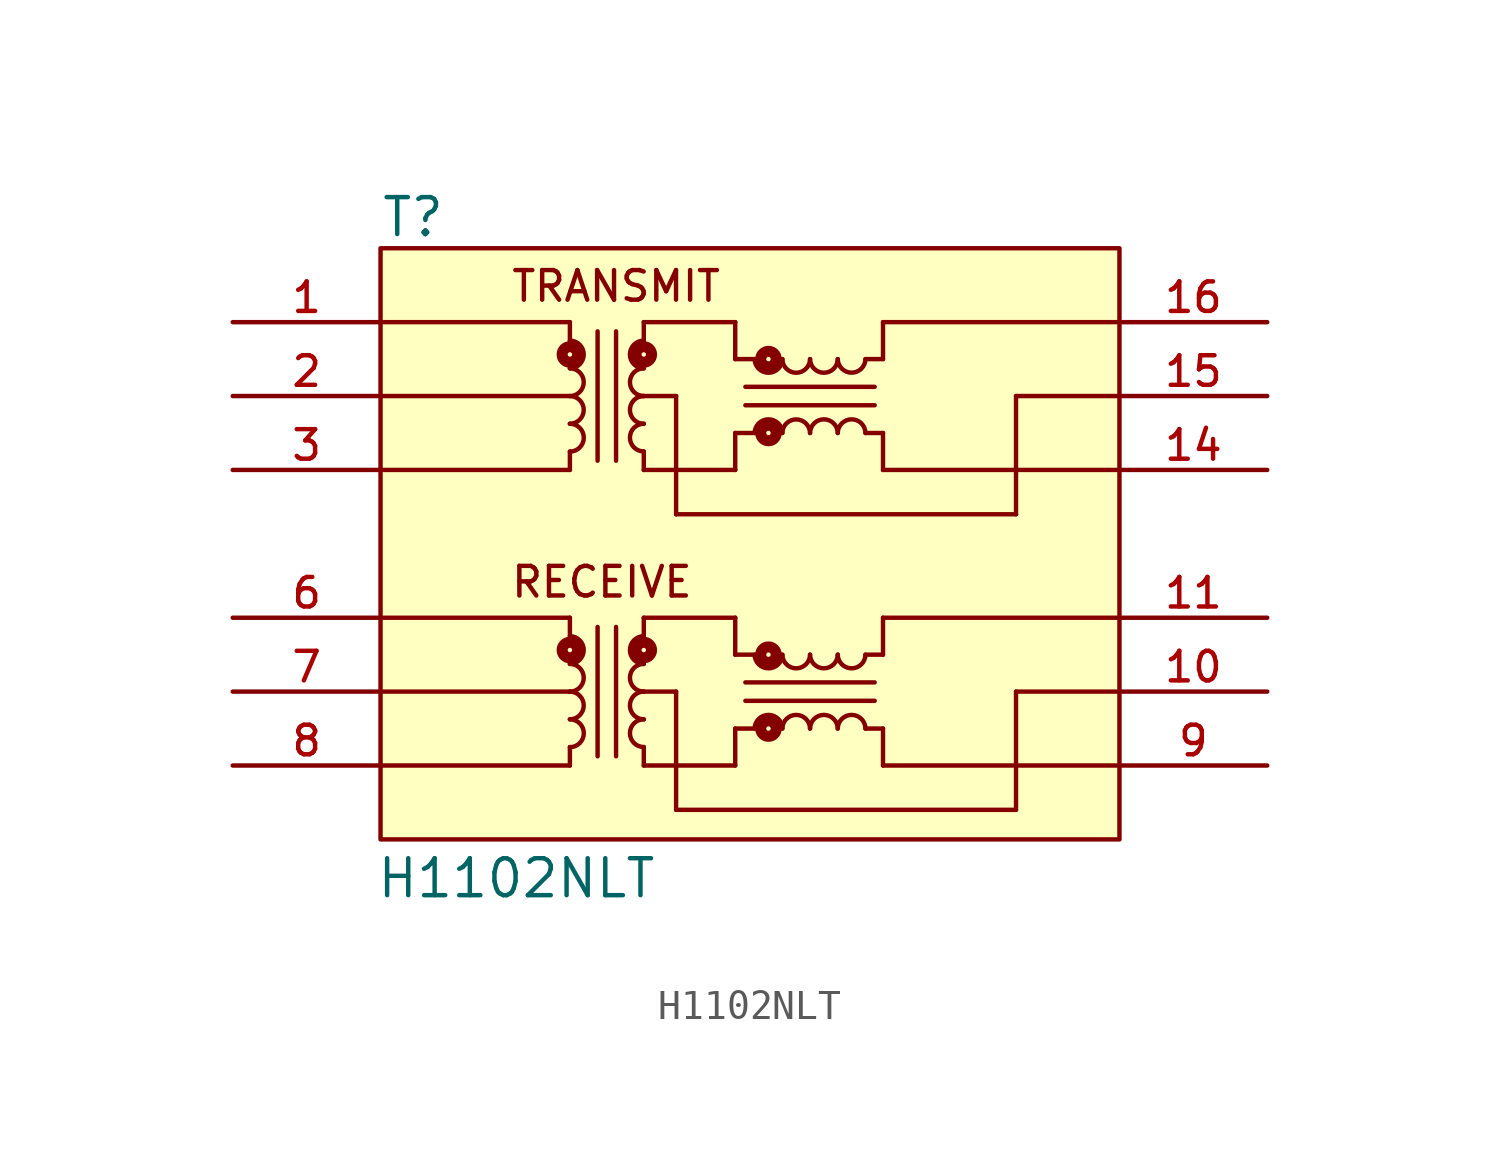
<source format=kicad_sym>
(kicad_symbol_lib
  (version 20211014)
  (generator kicad_symbol_editor)
  (symbol "H1102NLT"
    (pin_names
      (offset 1.016))
    (property "Reference" "T"
      (at -12.71 10.485 0)
      (effects (font (size 1.27 1.27)) (justify bottom left)))
    (property "Value" "H1102NLT"
      (at -12.876 -12.24 0)
      (effects (font (size 1.27 1.27)) (justify bottom left)))
    (symbol "H1102NLT_0_0"
      (polyline (pts (xy -12.636 7.62) (xy -6.191 7.62)) (stroke (width 0.152)))
      (polyline (pts (xy -6.191 7.62) (xy -6.191 6.985)) (stroke (width 0.152)))
      (polyline (pts (xy -12.636 2.54) (xy -6.191 2.54)) (stroke (width 0.152)))
      (polyline (pts (xy -6.191 2.54) (xy -6.191 3.175)) (stroke (width 0.152)))
      (arc (start -6.19125 6.0325) (mid -5.715 6.5088) (end -6.19125 6.985) (stroke (width 0.1524) (type default) (color 0 0 0 0)) (fill (type none)))
      (arc (start -6.19125 5.08) (mid -5.715 5.5563) (end -6.19125 6.0325) (stroke (width 0.1524) (type default) (color 0 0 0 0)) (fill (type none)))
      (arc (start -6.19125 4.1275) (mid -5.715 4.6037) (end -6.19125 5.08) (stroke (width 0.1524) (type default) (color 0 0 0 0)) (fill (type none)))
      (arc (start -6.19125 3.175) (mid -5.715 3.6513) (end -6.19125 4.1275) (stroke (width 0.1524) (type default) (color 0 0 0 0)) (fill (type none)))
      (polyline (pts (xy -0.508 7.62) (xy -3.651 7.62)) (stroke (width 0.152)))
      (polyline (pts (xy -3.651 7.62) (xy -3.651 6.985)) (stroke (width 0.152)))
      (polyline (pts (xy -0.508 2.54) (xy -3.651 2.54)) (stroke (width 0.152)))
      (polyline (pts (xy -3.651 2.54) (xy -3.651 3.175)) (stroke (width 0.152)))
      (arc (start -3.65125 6.0325) (mid -4.1275 6.5088) (end -3.65125 6.985) (stroke (width 0.1524) (type default) (color 0 0 0 0)) (fill (type none)))
      (arc (start -3.65125 5.08) (mid -4.1275 5.5563) (end -3.65125 6.0325) (stroke (width 0.1524) (type default) (color 0 0 0 0)) (fill (type none)))
      (arc (start -3.65125 4.1275) (mid -4.1275 4.6037) (end -3.65125 5.08) (stroke (width 0.1524) (type default) (color 0 0 0 0)) (fill (type none)))
      (arc (start -3.65125 3.175) (mid -4.1275 3.6513) (end -3.65125 4.1275) (stroke (width 0.1524) (type default) (color 0 0 0 0)) (fill (type none)))
      (polyline (pts (xy -5.239 7.303) (xy -5.239 2.857)) (stroke (width 0.152)))
      (polyline (pts (xy -4.604 7.303) (xy -4.604 2.857)) (stroke (width 0.152)))
      (circle (center -6.191 6.509) (radius 0.076) (stroke (width 0.381)) (fill (type none)))
      (circle (center -3.651 6.509) (radius 0.076) (stroke (width 0.381)) (fill (type none)))
      (arc (start 1.11125 3.81) (mid 0.635 4.2862) (end 0.15875 3.81) (stroke (width 0.1524) (type default) (color 0 0 0 0)) (fill (type none)))
      (arc (start 2.06375 3.81) (mid 1.5875 4.2862) (end 1.11125 3.81) (stroke (width 0.1524) (type default) (color 0 0 0 0)) (fill (type none)))
      (arc (start 3.01625 3.81) (mid 2.54 4.2862) (end 2.06375 3.81) (stroke (width 0.1524) (type default) (color 0 0 0 0)) (fill (type none)))
      (arc (start 3.96875 3.81) (mid 3.4925 4.2862) (end 3.01625 3.81) (stroke (width 0.1524) (type default) (color 0 0 0 0)) (fill (type none)))
      (arc (start 1.11125 6.35) (mid 0.635 5.8737) (end 0.15875 6.35) (stroke (width 0.1524) (type default) (color 0 0 0 0)) (fill (type none)))
      (arc (start 2.06375 6.35) (mid 1.5875 5.8737) (end 1.11125 6.35) (stroke (width 0.1524) (type default) (color 0 0 0 0)) (fill (type none)))
      (arc (start 3.01625 6.35) (mid 2.54 5.8737) (end 2.06375 6.35) (stroke (width 0.1524) (type default) (color 0 0 0 0)) (fill (type none)))
      (arc (start 3.96875 6.35) (mid 3.4925 5.8737) (end 3.01625 6.35) (stroke (width 0.1524) (type default) (color 0 0 0 0)) (fill (type none)))
      (polyline (pts (xy -0.159 4.763) (xy 4.286 4.763)) (stroke (width 0.152)))
      (polyline (pts (xy -0.159 5.397) (xy 4.286 5.397)) (stroke (width 0.152)))
      (circle (center 0.635 3.81) (radius 0.076) (stroke (width 0.381)) (fill (type none)))
      (circle (center 0.635 6.35) (radius 0.076) (stroke (width 0.381)) (fill (type none)))
      (polyline (pts (xy 0.159 6.35) (xy -0.508 6.35)) (stroke (width 0.152)))
      (polyline (pts (xy -0.508 6.35) (xy -0.508 7.62)) (stroke (width 0.152)))
      (polyline (pts (xy -0.508 3.81) (xy -0.508 2.54)) (stroke (width 0.152)))
      (polyline (pts (xy -0.508 3.81) (xy 0.159 3.81)) (stroke (width 0.152)))
      (polyline (pts (xy 4.572 6.35) (xy 3.969 6.35)) (stroke (width 0.152)))
      (polyline (pts (xy 4.572 3.81) (xy 3.969 3.81)) (stroke (width 0.152)))
      (polyline (pts (xy 4.572 6.35) (xy 4.572 7.62)) (stroke (width 0.152)))
      (polyline (pts (xy 12.7 7.62) (xy 4.572 7.62)) (stroke (width 0.152)))
      (polyline (pts (xy 4.572 2.54) (xy 4.572 3.81)) (stroke (width 0.152)))
      (polyline (pts (xy 12.7 2.54) (xy 4.572 2.54)) (stroke (width 0.152)))
      (polyline (pts (xy -12.636 5.08) (xy -6.191 5.08)) (stroke (width 0.152)))
      (polyline (pts (xy -12.636 -2.54) (xy -6.191 -2.54)) (stroke (width 0.152)))
      (polyline (pts (xy -6.191 -2.54) (xy -6.191 -3.175)) (stroke (width 0.152)))
      (polyline (pts (xy -12.636 -7.62) (xy -6.191 -7.62)) (stroke (width 0.152)))
      (polyline (pts (xy -6.191 -7.62) (xy -6.191 -6.985)) (stroke (width 0.152)))
      (arc (start -6.19125 -4.1275) (mid -5.715 -3.6513) (end -6.19125 -3.175) (stroke (width 0.1524) (type default) (color 0 0 0 0)) (fill (type none)))
      (arc (start -6.19125 -5.08) (mid -5.715 -4.6037) (end -6.19125 -4.1275) (stroke (width 0.1524) (type default) (color 0 0 0 0)) (fill (type none)))
      (arc (start -6.19125 -6.0325) (mid -5.715 -5.5563) (end -6.19125 -5.08) (stroke (width 0.1524) (type default) (color 0 0 0 0)) (fill (type none)))
      (arc (start -6.19125 -6.985) (mid -5.715 -6.5088) (end -6.19125 -6.0325) (stroke (width 0.1524) (type default) (color 0 0 0 0)) (fill (type none)))
      (polyline (pts (xy -0.508 -2.54) (xy -3.651 -2.54)) (stroke (width 0.152)))
      (polyline (pts (xy -3.651 -2.54) (xy -3.651 -3.175)) (stroke (width 0.152)))
      (polyline (pts (xy -0.508 -7.62) (xy -3.651 -7.62)) (stroke (width 0.152)))
      (polyline (pts (xy -3.651 -7.62) (xy -3.651 -6.985)) (stroke (width 0.152)))
      (arc (start -3.65125 -4.1275) (mid -4.1275 -3.6513) (end -3.65125 -3.175) (stroke (width 0.1524) (type default) (color 0 0 0 0)) (fill (type none)))
      (arc (start -3.65125 -5.08) (mid -4.1275 -4.6037) (end -3.65125 -4.1275) (stroke (width 0.1524) (type default) (color 0 0 0 0)) (fill (type none)))
      (arc (start -3.65125 -6.0325) (mid -4.1275 -5.5563) (end -3.65125 -5.08) (stroke (width 0.1524) (type default) (color 0 0 0 0)) (fill (type none)))
      (arc (start -3.65125 -6.985) (mid -4.1275 -6.5088) (end -3.65125 -6.0325) (stroke (width 0.1524) (type default) (color 0 0 0 0)) (fill (type none)))
      (polyline (pts (xy -5.239 -2.857) (xy -5.239 -7.303)) (stroke (width 0.152)))
      (polyline (pts (xy -4.604 -2.857) (xy -4.604 -7.303)) (stroke (width 0.152)))
      (circle (center -6.191 -3.651) (radius 0.076) (stroke (width 0.381)) (fill (type none)))
      (circle (center -3.651 -3.651) (radius 0.076) (stroke (width 0.381)) (fill (type none)))
      (arc (start 1.11125 -6.35) (mid 0.635 -5.8737) (end 0.15875 -6.35) (stroke (width 0.1524) (type default) (color 0 0 0 0)) (fill (type none)))
      (arc (start 2.06375 -6.35) (mid 1.5875 -5.8737) (end 1.11125 -6.35) (stroke (width 0.1524) (type default) (color 0 0 0 0)) (fill (type none)))
      (arc (start 3.01625 -6.35) (mid 2.54 -5.8737) (end 2.06375 -6.35) (stroke (width 0.1524) (type default) (color 0 0 0 0)) (fill (type none)))
      (arc (start 3.96875 -6.35) (mid 3.4925 -5.8737) (end 3.01625 -6.35) (stroke (width 0.1524) (type default) (color 0 0 0 0)) (fill (type none)))
      (arc (start 1.11125 -3.81) (mid 0.635 -4.2862) (end 0.15875 -3.81) (stroke (width 0.1524) (type default) (color 0 0 0 0)) (fill (type none)))
      (arc (start 2.06375 -3.81) (mid 1.5875 -4.2862) (end 1.11125 -3.81) (stroke (width 0.1524) (type default) (color 0 0 0 0)) (fill (type none)))
      (arc (start 3.01625 -3.81) (mid 2.54 -4.2862) (end 2.06375 -3.81) (stroke (width 0.1524) (type default) (color 0 0 0 0)) (fill (type none)))
      (arc (start 3.96875 -3.81) (mid 3.4925 -4.2862) (end 3.01625 -3.81) (stroke (width 0.1524) (type default) (color 0 0 0 0)) (fill (type none)))
      (polyline (pts (xy -0.159 -5.397) (xy 4.286 -5.397)) (stroke (width 0.152)))
      (polyline (pts (xy -0.159 -4.763) (xy 4.286 -4.763)) (stroke (width 0.152)))
      (circle (center 0.635 -6.35) (radius 0.076) (stroke (width 0.381)) (fill (type none)))
      (circle (center 0.635 -3.81) (radius 0.076) (stroke (width 0.381)) (fill (type none)))
      (polyline (pts (xy 0.159 -3.81) (xy -0.508 -3.81)) (stroke (width 0.152)))
      (polyline (pts (xy -0.508 -3.81) (xy -0.508 -2.54)) (stroke (width 0.152)))
      (polyline (pts (xy -0.508 -6.35) (xy -0.508 -7.62)) (stroke (width 0.152)))
      (polyline (pts (xy -0.508 -6.35) (xy 0.159 -6.35)) (stroke (width 0.152)))
      (polyline (pts (xy 4.572 -3.81) (xy 3.969 -3.81)) (stroke (width 0.152)))
      (polyline (pts (xy 4.572 -6.35) (xy 3.969 -6.35)) (stroke (width 0.152)))
      (polyline (pts (xy 4.572 -3.81) (xy 4.572 -2.54)) (stroke (width 0.152)))
      (polyline (pts (xy 12.7 -2.54) (xy 4.572 -2.54)) (stroke (width 0.152)))
      (polyline (pts (xy 4.572 -7.62) (xy 4.572 -6.35)) (stroke (width 0.152)))
      (polyline (pts (xy 12.7 -7.62) (xy 4.572 -7.62)) (stroke (width 0.152)))
      (polyline (pts (xy -12.636 -5.08) (xy -6.191 -5.08)) (stroke (width 0.152)))
      (polyline (pts (xy -3.81 5.08) (xy -2.54 5.08)) (stroke (width 0.152)))
      (polyline (pts (xy -3.81 -5.08) (xy -2.54 -5.08)) (stroke (width 0.152)))
      (polyline (pts (xy -2.54 5.08) (xy -2.54 1.016)) (stroke (width 0.152)))
      (polyline (pts (xy -2.54 1.016) (xy 9.144 1.016)) (stroke (width 0.152)))
      (polyline (pts (xy 9.144 1.016) (xy 9.144 5.08)) (stroke (width 0.152)))
      (polyline (pts (xy 9.144 5.08) (xy 12.7 5.08)) (stroke (width 0.152)))
      (polyline (pts (xy -2.54 -5.08) (xy -2.54 -9.144)) (stroke (width 0.152)))
      (polyline (pts (xy -2.54 -9.144) (xy 9.144 -9.144)) (stroke (width 0.152)))
      (polyline (pts (xy 9.144 -9.144) (xy 9.144 -5.08)) (stroke (width 0.152)))
      (polyline (pts (xy 9.144 -5.08) (xy 12.7 -5.08)) (stroke (width 0.152)))
      (text "TRANSMIT" (at -8.261 8.261 0) (effects (font (size 1.017 1.017)) (justify bottom left)))
      (text "RECEIVE" (at -8.27 -1.908 0) (effects (font (size 1.018 1.018)) (justify bottom left)))
      (rectangle (start -12.7 -10.16) (end 12.7 10.16) (stroke (width 0.152)) (fill (type background)))
      (pin passive line (at -17.78 7.62 0) (length 5.08) (name "~" (effects (font (size 1.016 1.016)))) (number "1" (effects (font (size 1.016 1.016)))))
      (pin passive line (at -17.78 5.08 0) (length 5.08) (name "~" (effects (font (size 1.016 1.016)))) (number "2" (effects (font (size 1.016 1.016)))))
      (pin passive line (at -17.78 2.54 0) (length 5.08) (name "~" (effects (font (size 1.016 1.016)))) (number "3" (effects (font (size 1.016 1.016)))))
      (pin passive line (at -17.78 -2.54 0) (length 5.08) (name "~" (effects (font (size 1.016 1.016)))) (number "6" (effects (font (size 1.016 1.016)))))
      (pin passive line (at -17.78 -5.08 0) (length 5.08) (name "~" (effects (font (size 1.016 1.016)))) (number "7" (effects (font (size 1.016 1.016)))))
      (pin passive line (at -17.78 -7.62 0) (length 5.08) (name "~" (effects (font (size 1.016 1.016)))) (number "8" (effects (font (size 1.016 1.016)))))
      (pin passive line (at 17.78 -7.62 180.0) (length 5.08) (name "~" (effects (font (size 1.016 1.016)))) (number "9" (effects (font (size 1.016 1.016)))))
      (pin passive line (at 17.78 -5.08 180.0) (length 5.08) (name "~" (effects (font (size 1.016 1.016)))) (number "10" (effects (font (size 1.016 1.016)))))
      (pin passive line (at 17.78 -2.54 180.0) (length 5.08) (name "~" (effects (font (size 1.016 1.016)))) (number "11" (effects (font (size 1.016 1.016)))))
      (pin passive line (at 17.78 2.54 180.0) (length 5.08) (name "~" (effects (font (size 1.016 1.016)))) (number "14" (effects (font (size 1.016 1.016)))))
      (pin passive line (at 17.78 5.08 180.0) (length 5.08) (name "~" (effects (font (size 1.016 1.016)))) (number "15" (effects (font (size 1.016 1.016)))))
      (pin passive line (at 17.78 7.62 180.0) (length 5.08) (name "~" (effects (font (size 1.016 1.016)))) (number "16" (effects (font (size 1.016 1.016))))))))
</source>
